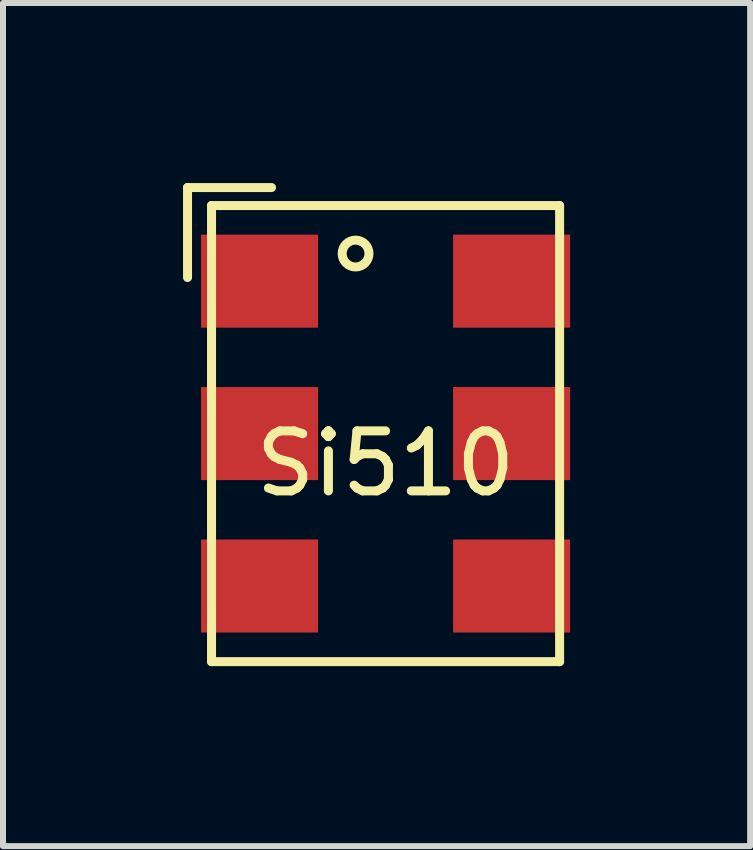
<source format=kicad_pcb>
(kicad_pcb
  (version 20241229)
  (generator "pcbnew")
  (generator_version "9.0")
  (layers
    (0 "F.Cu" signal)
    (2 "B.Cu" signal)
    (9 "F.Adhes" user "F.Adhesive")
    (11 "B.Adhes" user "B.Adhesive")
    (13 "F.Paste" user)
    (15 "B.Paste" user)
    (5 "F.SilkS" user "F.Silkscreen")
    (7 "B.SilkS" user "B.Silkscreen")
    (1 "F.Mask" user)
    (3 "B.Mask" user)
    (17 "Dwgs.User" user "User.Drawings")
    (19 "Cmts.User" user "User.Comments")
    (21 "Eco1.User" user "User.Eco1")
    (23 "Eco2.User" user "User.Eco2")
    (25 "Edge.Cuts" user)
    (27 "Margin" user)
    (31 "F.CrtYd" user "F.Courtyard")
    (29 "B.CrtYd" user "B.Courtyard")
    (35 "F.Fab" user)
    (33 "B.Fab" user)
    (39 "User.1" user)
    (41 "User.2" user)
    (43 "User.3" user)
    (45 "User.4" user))
  (footprint "Si510"
    (layer "F.Cu")
    (at 3.375 4.175)
    (property "Reference" "Si510" (at 0 0.5 0) (layer "F.SilkS") (effects (font (size 1 1) (thickness 0.15))))
    (attr through_hole)
    (fp_line (start -3.3 -4.1) (end -1.9 -4.1) (stroke (width 0.15) (type solid)) (layer "F.SilkS"))
    (fp_line (start -3.3 -2.6) (end -3.3 -4.1) (stroke (width 0.15) (type solid)) (layer "F.SilkS"))
    (fp_line (start -2.9 -3.8) (end 2.9 -3.8) (stroke (width 0.15) (type solid)) (layer "F.SilkS"))
    (fp_line (start -2.9 3.8) (end -2.9 -3.8) (stroke (width 0.15) (type solid)) (layer "F.SilkS"))
    (fp_line (start 2.9 -3.8) (end 2.9 3.8) (stroke (width 0.15) (type solid)) (layer "F.SilkS"))
    (fp_line (start 2.9 3.8) (end -2.9 3.8) (stroke (width 0.15) (type solid)) (layer "F.SilkS"))
    (fp_circle (center -0.5 -3) (end -0.4 -3.2) (stroke (width 0.15) (type solid)) (fill no) (layer "F.SilkS"))
    (pad "1" smd rect (at -2.1 -2.54) (size 1.95 1.55) (layers "F.Cu" "F.Mask" "F.Paste"))
    (pad "2" smd rect (at -2.1 0) (size 1.95 1.55) (layers "F.Cu" "F.Mask" "F.Paste"))
    (pad "3" smd rect (at -2.1 2.54) (size 1.95 1.55) (layers "F.Cu" "F.Mask" "F.Paste"))
    (pad "4" smd rect (at 2.1 2.54) (size 1.95 1.55) (layers "F.Cu" "F.Mask" "F.Paste"))
    (pad "5" smd rect (at 2.1 0) (size 1.95 1.55) (layers "F.Cu" "F.Mask" "F.Paste"))
    (pad "6" smd rect (at 2.1 -2.54) (size 1.95 1.55) (layers "F.Cu" "F.Mask" "F.Paste")))
  (gr_rect
    (start -3 -3)
    (end 9.45 11.05)
    (stroke (width 0.1) (type default))
    (fill no)
    (layer "Edge.Cuts")))
</source>
